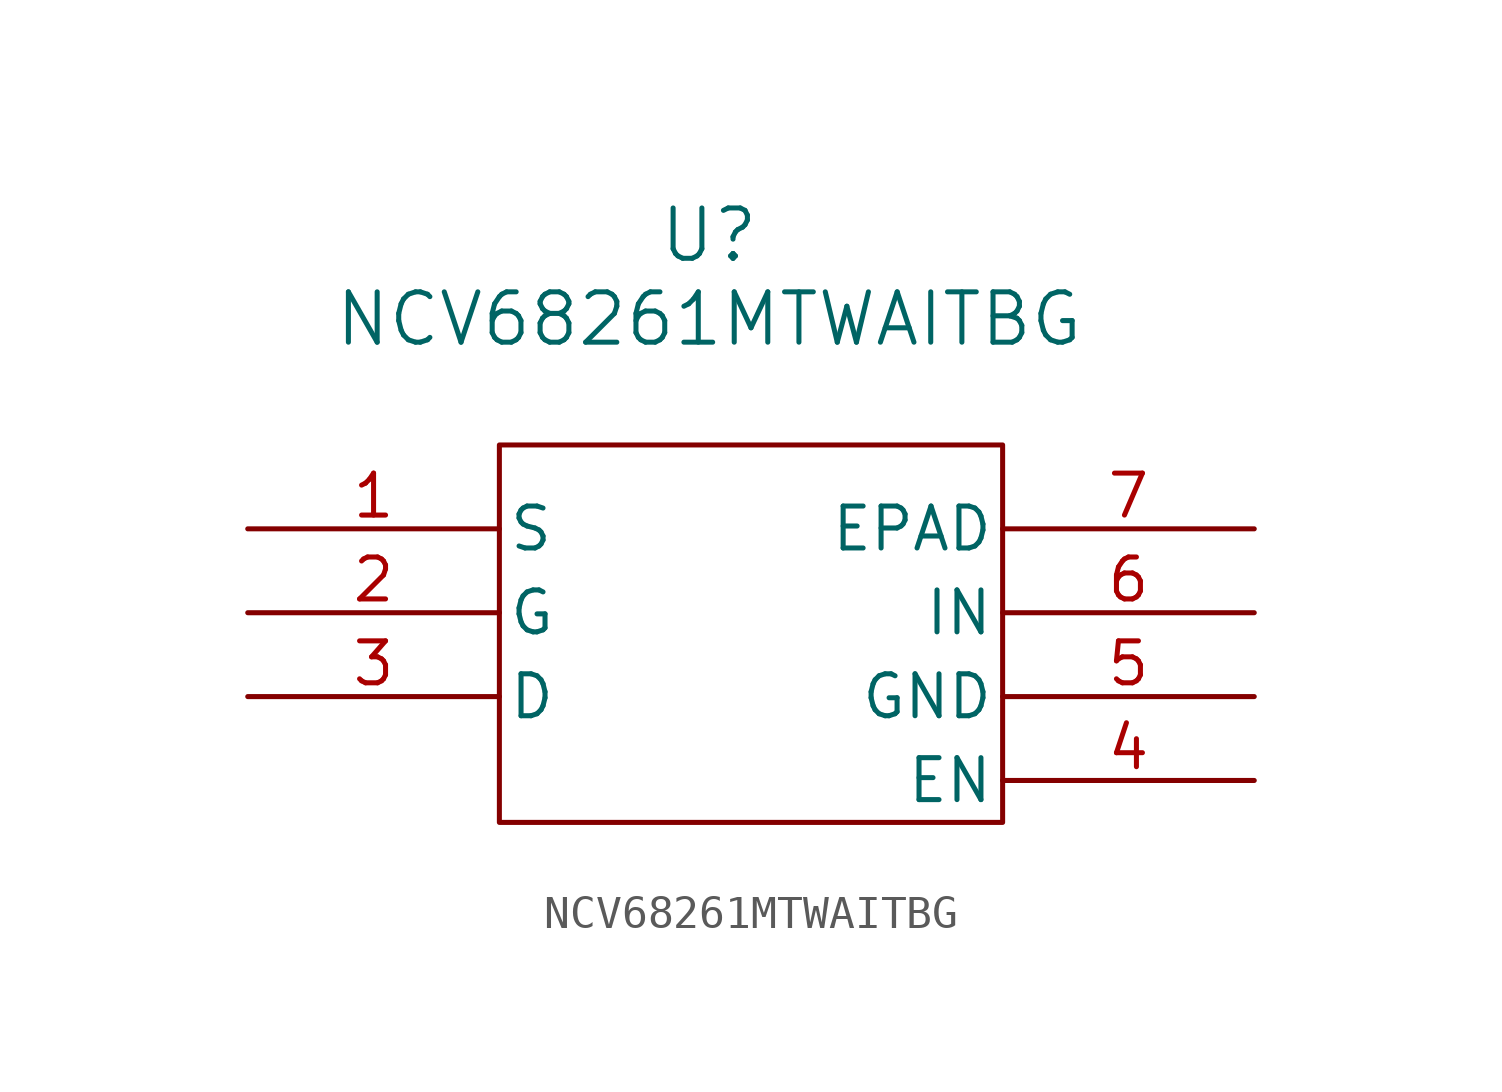
<source format=kicad_sym>
(kicad_symbol_lib
  (version 20211014)
  (generator kicad_symbol_editor)
  (symbol "NCV68261MTWAITBG"
    (pin_names
      (offset 0.254))
    (property "Reference" "U"
      (at -1.27 11.43 0)
      (effects (font (size 1.524 1.524))))
    (property "Value" "NCV68261MTWAITBG"
      (at -1.27 8.89 0)
      (effects (font (size 1.524 1.524))))
    (symbol "NCV68261MTWAITBG_0_1"
      (rectangle (start -7.62 5.08) (end 7.62 -6.35) (stroke (width 0) (type default) (color 0 0 0 0)) (fill (type none)))
      (pin output line (at -15.24 2.54 0) (length 7.62) (name "S" (effects (font (size 1.27 1.27)))) (number "1" (effects (font (size 1.27 1.27)))))
      (pin output line (at -15.24 0 0) (length 7.62) (name "G" (effects (font (size 1.27 1.27)))) (number "2" (effects (font (size 1.27 1.27)))))
      (pin input line (at -15.24 -2.54 0) (length 7.62) (name "D" (effects (font (size 1.27 1.27)))) (number "3" (effects (font (size 1.27 1.27)))))
      (pin input line (at 15.24 -5.08 180) (length 7.62) (name "EN" (effects (font (size 1.27 1.27)))) (number "4" (effects (font (size 1.27 1.27)))))
      (pin power_in line (at 15.24 -2.54 180) (length 7.62) (name "GND" (effects (font (size 1.27 1.27)))) (number "5" (effects (font (size 1.27 1.27)))))
      (pin power_in line (at 15.24 0 180) (length 7.62) (name "IN" (effects (font (size 1.27 1.27)))) (number "6" (effects (font (size 1.27 1.27)))))
      (pin power_in line (at 15.24 2.54 180) (length 7.62) (name "EPAD" (effects (font (size 1.27 1.27)))) (number "7" (effects (font (size 1.27 1.27))))))))
</source>
